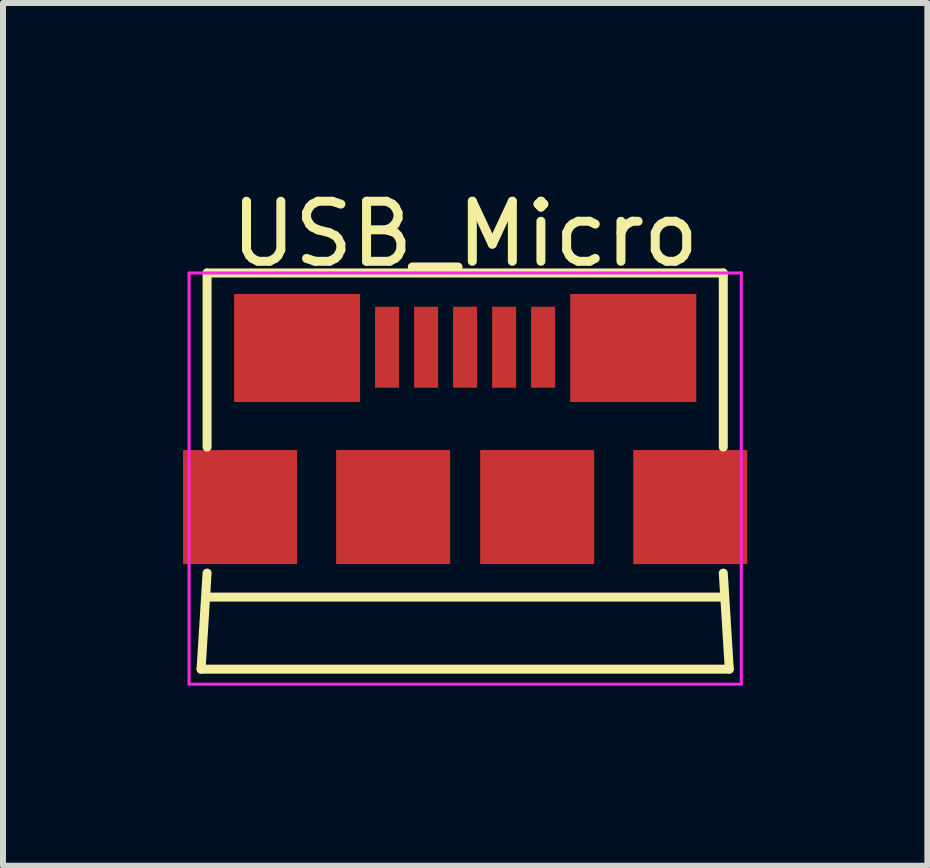
<source format=kicad_pcb>
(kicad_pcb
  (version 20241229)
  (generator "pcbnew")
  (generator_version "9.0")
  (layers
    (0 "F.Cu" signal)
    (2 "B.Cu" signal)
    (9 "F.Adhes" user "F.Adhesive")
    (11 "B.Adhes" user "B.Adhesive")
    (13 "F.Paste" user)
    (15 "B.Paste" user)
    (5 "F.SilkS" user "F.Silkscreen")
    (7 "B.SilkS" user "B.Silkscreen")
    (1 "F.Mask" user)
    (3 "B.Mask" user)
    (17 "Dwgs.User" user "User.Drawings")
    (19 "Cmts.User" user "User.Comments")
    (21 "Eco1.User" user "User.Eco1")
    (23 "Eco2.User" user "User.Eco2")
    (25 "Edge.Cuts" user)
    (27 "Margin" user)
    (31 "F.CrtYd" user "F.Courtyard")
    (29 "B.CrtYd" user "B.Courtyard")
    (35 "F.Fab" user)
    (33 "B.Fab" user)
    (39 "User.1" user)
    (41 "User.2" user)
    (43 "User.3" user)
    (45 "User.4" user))
  (footprint "USB_Micro"
    (layer "F.Cu")
    (at 4.7 4.298)
    (property "Reference" "USB_Micro" (at 0 -3.45 0) (layer "F.SilkS") (effects (font (size 1 1) (thickness 0.15))))
    (attr smd)
    (fp_line (start -4.4 3.8) (end -4.3 2.2) (stroke (width 0.15) (type solid)) (layer "F.SilkS"))
    (fp_line (start -4.4 3.8) (end 4.4 3.8) (stroke (width 0.15) (type solid)) (layer "F.SilkS"))
    (fp_line (start -4.3 -2.8) (end 4.3 -2.8) (stroke (width 0.15) (type solid)) (layer "F.SilkS"))
    (fp_line (start -4.3 0.1) (end -4.3 -2.8) (stroke (width 0.15) (type solid)) (layer "F.SilkS"))
    (fp_line (start 4.3 -2.8) (end 4.3 0.1) (stroke (width 0.15) (type solid)) (layer "F.SilkS"))
    (fp_line (start 4.3 2.6) (end -4.3 2.6) (stroke (width 0.15) (type solid)) (layer "F.SilkS"))
    (fp_line (start 4.4 3.8) (end 4.3 2.2) (stroke (width 0.15) (type solid)) (layer "F.SilkS"))
    (fp_line (start -4.6 -2.8) (end 4.6 -2.8) (stroke (width 0.05) (type solid)) (layer "F.CrtYd"))
    (fp_line (start -4.6 4.05) (end -4.6 -2.8) (stroke (width 0.05) (type solid)) (layer "F.CrtYd"))
    (fp_line (start 4.6 -2.8) (end 4.6 4.05) (stroke (width 0.05) (type solid)) (layer "F.CrtYd"))
    (fp_line (start 4.6 4.05) (end -4.6 4.05) (stroke (width 0.05) (type solid)) (layer "F.CrtYd"))
    (pad "1" smd rect (at -1.301 -1.563 90) (size 1.35 0.4) (layers "F.Cu" "F.Mask" "F.Paste"))
    (pad "2" smd rect (at -0.651 -1.563 90) (size 1.35 0.4) (layers "F.Cu" "F.Mask" "F.Paste"))
    (pad "3" smd rect (at -0.001 -1.563 90) (size 1.35 0.4) (layers "F.Cu" "F.Mask" "F.Paste"))
    (pad "4" smd rect (at 0.649 -1.563 90) (size 1.35 0.4) (layers "F.Cu" "F.Mask" "F.Paste"))
    (pad "5" smd rect (at 1.299 -1.563 90) (size 1.35 0.4) (layers "F.Cu" "F.Mask" "F.Paste"))
    (pad "6" smd rect (at -3.75 1.1) (size 1.9 1.9) (layers "F.Cu" "F.Mask" "F.Paste"))
    (pad "6" smd rect (at -2.8 -2) (size 2.1 1.8) (drill oval (offset 0 0.45)) (layers "F.Cu" "F.Mask" "F.Paste"))
    (pad "6" smd rect (at -1.2 1.1) (size 1.9 1.9) (layers "F.Cu" "F.Mask" "F.Paste"))
    (pad "6" smd rect (at 1.2 1.1) (size 1.9 1.9) (layers "F.Cu" "F.Mask" "F.Paste"))
    (pad "6" smd rect (at 2.8 -2) (size 2.1 1.8) (drill oval (offset 0 0.45)) (layers "F.Cu" "F.Mask" "F.Paste"))
    (pad "6" smd rect (at 3.75 1.1) (size 1.9 1.9) (layers "F.Cu" "F.Mask" "F.Paste")))
  (gr_rect
    (start -3 -3)
    (end 12.4 11.373)
    (stroke (width 0.1) (type default))
    (fill no)
    (layer "Edge.Cuts")))
</source>
